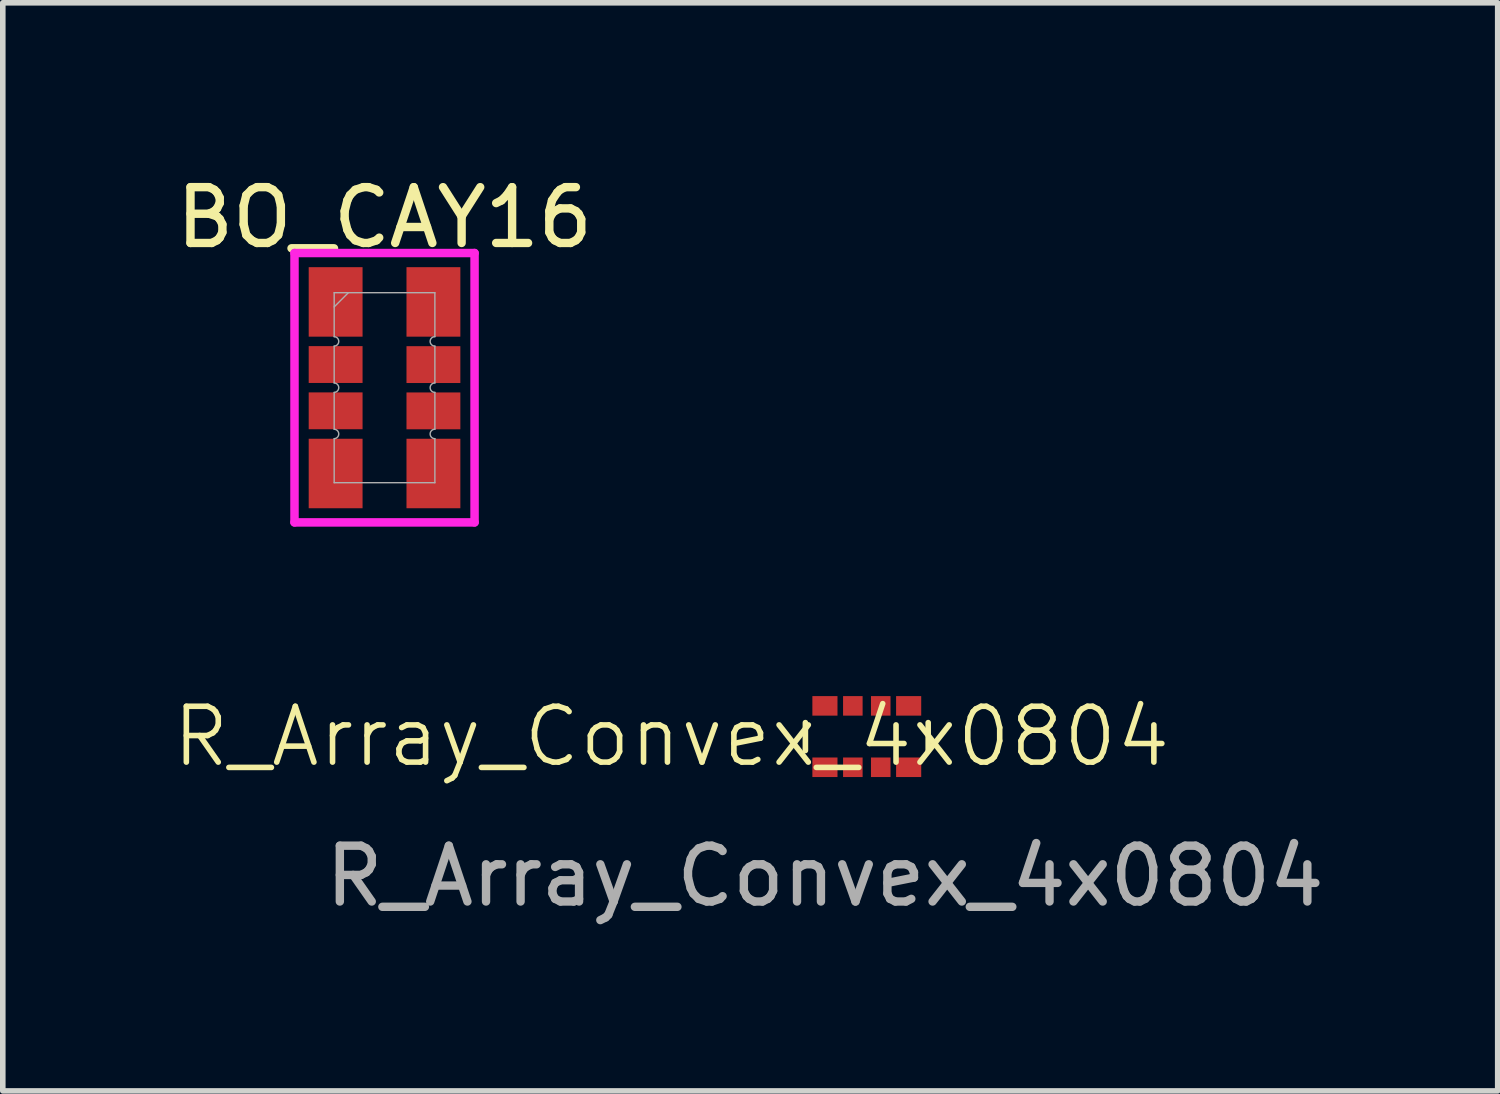
<source format=kicad_pcb>
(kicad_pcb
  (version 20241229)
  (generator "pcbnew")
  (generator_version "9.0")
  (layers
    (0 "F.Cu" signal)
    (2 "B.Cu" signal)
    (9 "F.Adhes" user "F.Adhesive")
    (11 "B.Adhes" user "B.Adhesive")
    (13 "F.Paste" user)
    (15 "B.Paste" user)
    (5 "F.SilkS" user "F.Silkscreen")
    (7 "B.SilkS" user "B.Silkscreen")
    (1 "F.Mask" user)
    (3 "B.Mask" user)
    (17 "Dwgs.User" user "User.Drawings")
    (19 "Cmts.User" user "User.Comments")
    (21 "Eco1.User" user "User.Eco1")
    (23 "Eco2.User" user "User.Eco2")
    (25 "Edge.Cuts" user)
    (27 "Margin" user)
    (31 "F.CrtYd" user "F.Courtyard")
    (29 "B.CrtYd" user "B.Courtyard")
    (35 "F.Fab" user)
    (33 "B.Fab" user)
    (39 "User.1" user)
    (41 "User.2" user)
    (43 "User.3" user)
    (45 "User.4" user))
  (footprint "R_Array_Convex_4x0804"
    (layer "F.Cu")
    (at 11.729 10.146)
    (property "Reference" "R_Array_Convex_4x0804" (at -2.75 0 0) (unlocked yes) (layer "F.SilkS") (effects (font (size 1 1) (thickness 0.1))))
    (attr smd)
    (fp_line (start -0.35 -0.25) (end -0.35 0.25) (stroke (width 0.1) (type default)) (layer "F.SilkS"))
    (fp_line (start 1.85 -0.25) (end 1.85 0.25) (stroke (width 0.1) (type default)) (layer "F.SilkS"))
    (fp_text user "${REFERENCE}" (at 0 2.5 0) (unlocked yes) (layer "F.Fab") (effects (font (size 1 1) (thickness 0.15))))
    (pad "1" smd rect (at 0 -0.55) (size 0.45 0.35) (layers "F.Cu" "F.Mask" "F.Paste"))
    (pad "2" smd rect (at 0.5 -0.55) (size 0.35 0.35) (layers "F.Cu" "F.Mask" "F.Paste"))
    (pad "3" smd rect (at 1 -0.55) (size 0.35 0.35) (layers "F.Cu" "F.Mask" "F.Paste"))
    (pad "4" smd rect (at 1.5 -0.55) (size 0.45 0.35) (layers "F.Cu" "F.Mask" "F.Paste"))
    (pad "5" smd rect (at 1.5 0.55) (size 0.45 0.35) (layers "F.Cu" "F.Mask" "F.Paste"))
    (pad "6" smd rect (at 1 0.55) (size 0.35 0.35) (layers "F.Cu" "F.Mask" "F.Paste"))
    (pad "7" smd rect (at 0.5 0.55) (size 0.35 0.35) (layers "F.Cu" "F.Mask" "F.Paste"))
    (pad "8" smd rect (at 0 0.55) (size 0.45 0.35) (layers "F.Cu" "F.Mask" "F.Paste")))
  (footprint "BO_CAY16"
    (layer "F.Cu")
    (at 3.839 3.896)
    (property "Reference" "BO_CAY16" (at 0 -3.048 0) (unlocked yes) (layer "F.SilkS") (effects (font (size 1 1) (thickness 0.15))))
    (attr smd)
    (fp_line (start -1.613 -2.413) (end 1.613 -2.413) (stroke (width 0.152) (type solid)) (layer "F.CrtYd"))
    (fp_line (start -1.613 2.413) (end -1.613 -2.413) (stroke (width 0.152) (type solid)) (layer "F.CrtYd"))
    (fp_line (start 1.613 -2.413) (end 1.613 2.413) (stroke (width 0.152) (type solid)) (layer "F.CrtYd"))
    (fp_line (start 1.613 2.413) (end -1.613 2.413) (stroke (width 0.152) (type solid)) (layer "F.CrtYd"))
    (fp_line (start -0.902 -1.702) (end 0.902 -1.702) (stroke (width 0.025) (type solid)) (layer "F.Fab"))
    (fp_line (start -0.902 -0.914) (end -0.902 -1.702) (stroke (width 0.025) (type solid)) (layer "F.Fab"))
    (fp_line (start -0.902 -0.745) (end -0.902 -0.085) (stroke (width 0.025) (type solid)) (layer "F.Fab"))
    (fp_line (start -0.902 0.084) (end -0.902 0.744) (stroke (width 0.025) (type solid)) (layer "F.Fab"))
    (fp_line (start -0.902 0.914) (end -0.902 1.702) (stroke (width 0.025) (type solid)) (layer "F.Fab"))
    (fp_line (start -0.902 1.702) (end 0.902 1.702) (stroke (width 0.025) (type solid)) (layer "F.Fab"))
    (fp_line (start -0.648 -1.702) (end -0.902 -1.448) (stroke (width 0.025) (type solid)) (layer "F.Fab"))
    (fp_line (start 0.902 -0.914) (end 0.902 -1.702) (stroke (width 0.025) (type solid)) (layer "F.Fab"))
    (fp_line (start 0.902 -0.745) (end 0.902 -0.085) (stroke (width 0.025) (type solid)) (layer "F.Fab"))
    (fp_line (start 0.902 0.084) (end 0.902 0.744) (stroke (width 0.025) (type solid)) (layer "F.Fab"))
    (fp_line (start 0.902 0.914) (end 0.902 1.702) (stroke (width 0.025) (type solid)) (layer "F.Fab"))
    (fp_arc (start -0.9017 -0.9144) (mid -0.817245 -0.829945) (end -0.9017 -0.74549) (stroke (width 0.0254) (type solid)) (layer "F.Fab"))
    (fp_arc (start -0.9017 -0.08509) (mid -0.817245 -0.000635) (end -0.9017 0.08382) (stroke (width 0.0254) (type solid)) (layer "F.Fab"))
    (fp_arc (start -0.9017 0.74422) (mid -0.817245 0.828675) (end -0.9017 0.91313) (stroke (width 0.0254) (type solid)) (layer "F.Fab"))
    (fp_arc (start 0.9017 -0.74549) (mid 0.817245 -0.829945) (end 0.9017 -0.9144) (stroke (width 0.0254) (type solid)) (layer "F.Fab"))
    (fp_arc (start 0.9017 0.08382) (mid 0.817245 -0.000635) (end 0.9017 -0.08509) (stroke (width 0.0254) (type solid)) (layer "F.Fab"))
    (fp_arc (start 0.9017 0.91313) (mid 0.817245 0.828675) (end 0.9017 0.74422) (stroke (width 0.0254) (type solid)) (layer "F.Fab"))
    (pad "1" smd rect (at -0.876 -1.537) (size 0.965 1.245) (layers "F.Cu" "F.Mask" "F.Paste"))
    (pad "2" smd rect (at -0.876 -0.415) (size 0.965 0.66) (layers "F.Cu" "F.Mask" "F.Paste"))
    (pad "3" smd rect (at -0.876 0.414) (size 0.965 0.66) (layers "F.Cu" "F.Mask" "F.Paste"))
    (pad "4" smd rect (at -0.876 1.537) (size 0.965 1.245) (layers "F.Cu" "F.Mask" "F.Paste"))
    (pad "5" smd rect (at 0.876 1.537) (size 0.965 1.245) (layers "F.Cu" "F.Mask" "F.Paste"))
    (pad "6" smd rect (at 0.876 0.415) (size 0.965 0.66) (layers "F.Cu" "F.Mask" "F.Paste"))
    (pad "7" smd rect (at 0.876 -0.414) (size 0.965 0.66) (layers "F.Cu" "F.Mask" "F.Paste"))
    (pad "8" smd rect (at 0.876 -1.537) (size 0.965 1.245) (layers "F.Cu" "F.Mask" "F.Paste")))
  (gr_rect
    (start -3 -3)
    (end 23.782 16.494)
    (stroke (width 0.1) (type default))
    (fill no)
    (layer "Edge.Cuts")))
</source>
